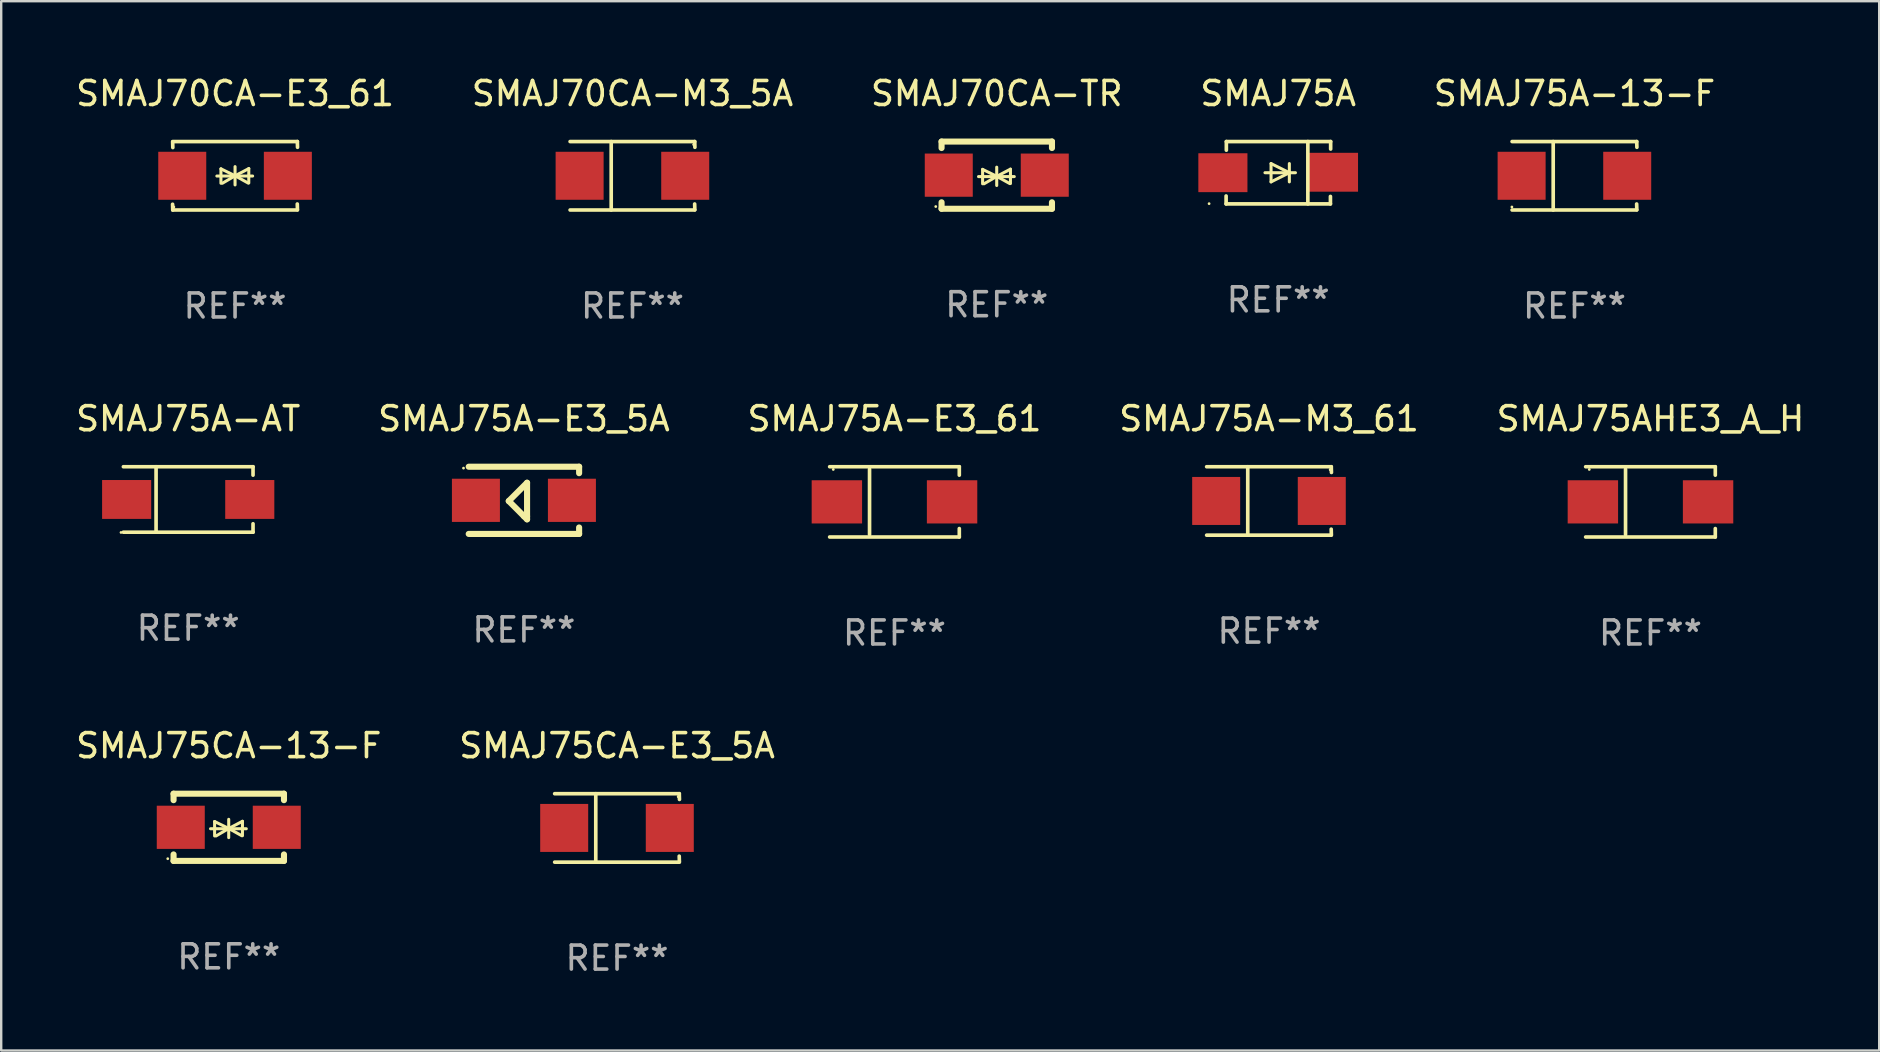
<source format=kicad_pcb>
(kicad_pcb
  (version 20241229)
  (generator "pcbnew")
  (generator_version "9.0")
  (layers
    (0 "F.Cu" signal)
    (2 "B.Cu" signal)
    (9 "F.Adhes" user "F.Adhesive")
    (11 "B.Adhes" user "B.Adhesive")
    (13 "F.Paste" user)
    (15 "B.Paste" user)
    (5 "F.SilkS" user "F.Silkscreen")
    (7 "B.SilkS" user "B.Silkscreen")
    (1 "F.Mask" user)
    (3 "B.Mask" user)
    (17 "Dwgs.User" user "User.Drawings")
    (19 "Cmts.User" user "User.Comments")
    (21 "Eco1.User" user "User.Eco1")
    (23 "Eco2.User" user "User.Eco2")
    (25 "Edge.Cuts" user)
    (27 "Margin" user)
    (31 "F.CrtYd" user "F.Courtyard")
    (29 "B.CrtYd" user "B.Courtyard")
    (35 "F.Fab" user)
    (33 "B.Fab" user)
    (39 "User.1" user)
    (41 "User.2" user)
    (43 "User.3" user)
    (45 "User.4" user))
  (footprint "SMAJ75CA-E3_5A"
    (layer "F.Cu")
    (at 22.661 31.447)
    (property "Reference" "SMAJ75CA-E3_5A" (at 0 -3.426 0) (layer "F.SilkS") (effects (font (size 1 1) (thickness 0.15))))
    (attr through_hole)
    (fp_line (start -2.6 -1.426) (end 2.593 -1.426) (stroke (width 0.152) (type solid)) (layer "F.SilkS"))
    (fp_line (start -2.6 1.426) (end 2.593 1.426) (stroke (width 0.152) (type solid)) (layer "F.SilkS"))
    (fp_line (start -0.887 -1.426) (end -0.887 1.426) (stroke (width 0.152) (type solid)) (layer "F.SilkS"))
    (fp_line (start 2.59 1.176) (end 2.597 1.415) (stroke (width 0.152) (type solid)) (layer "F.SilkS"))
    (fp_line (start 2.593 -1.426) (end 2.6 -1.187) (stroke (width 0.152) (type solid)) (layer "F.SilkS"))
    (fp_circle (center 2.547 -1.3) (end 2.577 -1.3) (stroke (width 0.06) (type solid)) (fill no) (layer "F.SilkS"))
    (fp_text user "REF**" (at 0 5.426 0) (layer "F.Fab") (effects (font (size 1 1) (thickness 0.15))))
    (pad "1" smd rect (at 2.197 -0.000025 180) (size 2 2) (layers "F.Cu" "F.Mask" "F.Paste"))
    (pad "2" smd rect (at -2.203 -0.000025 180) (size 2 2) (layers "F.Cu" "F.Mask" "F.Paste")))
  (footprint "SMAJ70CA-E3_61"
    (layer "F.Cu")
    (at 6.744 4.274)
    (property "Reference" "SMAJ70CA-E3_61" (at 0 -3.426 0) (layer "F.SilkS") (effects (font (size 1 1) (thickness 0.15))))
    (attr through_hole)
    (fp_line (start -2.596 -1.426) (end 2.596 -1.426) (stroke (width 0.152) (type solid)) (layer "F.SilkS"))
    (fp_line (start -2.596 1.426) (end -2.603 1.187) (stroke (width 0.152) (type solid)) (layer "F.SilkS"))
    (fp_line (start -2.596 1.426) (end 2.596 1.426) (stroke (width 0.152) (type solid)) (layer "F.SilkS"))
    (fp_line (start -2.593 -1.176) (end -2.6 -1.415) (stroke (width 0.152) (type solid)) (layer "F.SilkS"))
    (fp_line (start -0.758 0.011) (end 0.732 0.011) (stroke (width 0.127) (type solid)) (layer "F.SilkS"))
    (fp_line (start -0.588 -0.289) (end -0.588 0.311) (stroke (width 0.127) (type solid)) (layer "F.SilkS"))
    (fp_line (start -0.588 -0.289) (end 0 0) (stroke (width 0.127) (type solid)) (layer "F.SilkS"))
    (fp_line (start -0.528 0.311) (end 0 0) (stroke (width 0.127) (type solid)) (layer "F.SilkS"))
    (fp_line (start 0 0) (end 0 -0.381) (stroke (width 0.127) (type solid)) (layer "F.SilkS"))
    (fp_line (start 0 0) (end 0 0.381) (stroke (width 0.127) (type solid)) (layer "F.SilkS"))
    (fp_line (start 0.542 0.301) (end 0 0) (stroke (width 0.127) (type solid)) (layer "F.SilkS"))
    (fp_line (start 0.572 -0.299) (end 0 0) (stroke (width 0.127) (type solid)) (layer "F.SilkS"))
    (fp_line (start 0.572 -0.299) (end 0.572 0.301) (stroke (width 0.127) (type solid)) (layer "F.SilkS"))
    (fp_line (start 2.593 1.176) (end 2.6 1.415) (stroke (width 0.152) (type solid)) (layer "F.SilkS"))
    (fp_line (start 2.596 -1.426) (end 2.603 -1.187) (stroke (width 0.152) (type solid)) (layer "F.SilkS"))
    (fp_circle (center -2.55 1.3) (end -2.52 1.3) (stroke (width 0.06) (type solid)) (fill no) (layer "F.SilkS"))
    (fp_text user "REF**" (at 0 5.426 0) (layer "F.Fab") (effects (font (size 1 1) (thickness 0.15))))
    (pad "1" smd rect (at -2.2 0 180) (size 2 2) (layers "F.Cu" "F.Mask" "F.Paste"))
    (pad "2" smd rect (at 2.2 0 180) (size 2 2) (layers "F.Cu" "F.Mask" "F.Paste")))
  (footprint "SMAJ75CA-13-F"
    (layer "F.Cu")
    (at 6.482 31.421)
    (property "Reference" "SMAJ75CA-13-F" (at 0 -3.4 0) (layer "F.SilkS") (effects (font (size 1 1) (thickness 0.15))))
    (attr through_hole)
    (fp_line (start -2.3 -1.4) (end -2.3 -1.131) (stroke (width 0.254) (type solid)) (layer "F.SilkS"))
    (fp_line (start -2.3 -1.4) (end 2.3 -1.4) (stroke (width 0.254) (type solid)) (layer "F.SilkS"))
    (fp_line (start -2.3 1.131) (end -2.3 1.4) (stroke (width 0.254) (type solid)) (layer "F.SilkS"))
    (fp_line (start -2.3 1.4) (end 2.3 1.4) (stroke (width 0.254) (type solid)) (layer "F.SilkS"))
    (fp_line (start -0.76 0.06) (end 0.73 0.06) (stroke (width 0.127) (type solid)) (layer "F.SilkS"))
    (fp_line (start -0.59 -0.24) (end -0.59 0.36) (stroke (width 0.127) (type solid)) (layer "F.SilkS"))
    (fp_line (start -0.59 -0.24) (end -0.002 0.049) (stroke (width 0.127) (type solid)) (layer "F.SilkS"))
    (fp_line (start -0.53 0.36) (end -0.002 0.049) (stroke (width 0.127) (type solid)) (layer "F.SilkS"))
    (fp_line (start -0.002 0.049) (end -0.002 -0.332) (stroke (width 0.127) (type solid)) (layer "F.SilkS"))
    (fp_line (start -0.002 0.049) (end -0.002 0.43) (stroke (width 0.127) (type solid)) (layer "F.SilkS"))
    (fp_line (start 0.54 0.35) (end -0.002 0.049) (stroke (width 0.127) (type solid)) (layer "F.SilkS"))
    (fp_line (start 0.57 -0.25) (end -0.002 0.049) (stroke (width 0.127) (type solid)) (layer "F.SilkS"))
    (fp_line (start 0.57 -0.25) (end 0.57 0.35) (stroke (width 0.127) (type solid)) (layer "F.SilkS"))
    (fp_line (start 2.3 -1.4) (end 2.3 -1.131) (stroke (width 0.254) (type solid)) (layer "F.SilkS"))
    (fp_line (start 2.3 1.131) (end 2.3 1.4) (stroke (width 0.254) (type solid)) (layer "F.SilkS"))
    (fp_circle (center -2.542 1.308) (end -2.512 1.308) (stroke (width 0.06) (type solid)) (fill no) (layer "F.SilkS"))
    (fp_text user "REF**" (at 0 5.4 0) (layer "F.Fab") (effects (font (size 1 1) (thickness 0.15))))
    (pad "1" smd rect (at -2 0) (size 2 1.8) (layers "F.Cu" "F.Mask" "F.Paste"))
    (pad "2" smd rect (at 2 0) (size 2 1.8) (layers "F.Cu" "F.Mask" "F.Paste")))
  (footprint "SMAJ75A-E3_5A"
    (layer "F.Cu")
    (at 18.78 17.797)
    (property "Reference" "SMAJ75A-E3_5A" (at 0 -3.4 0) (layer "F.SilkS") (effects (font (size 1 1) (thickness 0.15))))
    (attr through_hole)
    (fp_line (start -2.3 -1.4) (end 2.3 -1.4) (stroke (width 0.254) (type solid)) (layer "F.SilkS"))
    (fp_line (start -2.3 1.4) (end 2.3 1.4) (stroke (width 0.254) (type solid)) (layer "F.SilkS"))
    (fp_line (start -0.631 0.03) (end 0.131 -0.732) (stroke (width 0.254) (type solid)) (layer "F.SilkS"))
    (fp_line (start 0.004 0.665) (end -0.631 0.03) (stroke (width 0.254) (type solid)) (layer "F.SilkS"))
    (fp_line (start 0.131 -0.732) (end 0.131 0.665) (stroke (width 0.254) (type solid)) (layer "F.SilkS"))
    (fp_line (start 0.131 0.665) (end 0.131 0.792) (stroke (width 0.254) (type solid)) (layer "F.SilkS"))
    (fp_line (start 0.131 0.792) (end 0.004 0.665) (stroke (width 0.254) (type solid)) (layer "F.SilkS"))
    (fp_line (start 2.3 -1.4) (end 2.3 -1.131) (stroke (width 0.254) (type solid)) (layer "F.SilkS"))
    (fp_line (start 2.3 1.131) (end 2.3 1.4) (stroke (width 0.254) (type solid)) (layer "F.SilkS"))
    (fp_circle (center -2.517 -1.342) (end -2.487 -1.342) (stroke (width 0.06) (type solid)) (fill no) (layer "F.SilkS"))
    (fp_text user "REF**" (at 0 5.4 0) (layer "F.Fab") (effects (font (size 1 1) (thickness 0.15))))
    (pad "1" smd rect (at -2 -0.000127) (size 2 1.8) (layers "F.Cu" "F.Mask" "F.Paste"))
    (pad "2" smd rect (at 2 -0.000127) (size 2 1.8) (layers "F.Cu" "F.Mask" "F.Paste")))
  (footprint "SMAJ75AHE3_A_H"
    (layer "F.Cu")
    (at 65.72 17.861)
    (property "Reference" "SMAJ75AHE3_A_H" (at 0 -3.464 0) (layer "F.SilkS") (effects (font (size 1 1) (thickness 0.15))))
    (attr through_hole)
    (fp_line (start -2.701 -1.464) (end 2.701 -1.464) (stroke (width 0.152) (type solid)) (layer "F.SilkS"))
    (fp_line (start -2.701 1.464) (end 2.701 1.464) (stroke (width 0.152) (type solid)) (layer "F.SilkS"))
    (fp_line (start -1.039 -1.364) (end -1.039 1.364) (stroke (width 0.152) (type solid)) (layer "F.SilkS"))
    (fp_line (start 2.701 -1.464) (end 2.701 -1.113) (stroke (width 0.152) (type solid)) (layer "F.SilkS"))
    (fp_line (start 2.701 1.464) (end 2.701 1.113) (stroke (width 0.152) (type solid)) (layer "F.SilkS"))
    (fp_circle (center -2.55 -1.35) (end -2.52 -1.35) (stroke (width 0.06) (type solid)) (fill no) (layer "F.SilkS"))
    (fp_text user "REF**" (at 0 5.464 0) (layer "F.Fab") (effects (font (size 1 1) (thickness 0.15))))
    (pad "1" smd rect (at -2.4 0) (size 2.1 1.8) (layers "F.Cu" "F.Mask" "F.Paste"))
    (pad "2" smd rect (at 2.4 0) (size 2.1 1.8) (layers "F.Cu" "F.Mask" "F.Paste")))
  (footprint "SMAJ75A-13-F"
    (layer "F.Cu")
    (at 62.554 4.274)
    (property "Reference" "SMAJ75A-13-F" (at 0 -3.426 0) (layer "F.SilkS") (effects (font (size 1 1) (thickness 0.15))))
    (attr through_hole)
    (fp_line (start -2.6 -1.426) (end 2.593 -1.426) (stroke (width 0.152) (type solid)) (layer "F.SilkS"))
    (fp_line (start -2.6 1.426) (end 2.593 1.426) (stroke (width 0.152) (type solid)) (layer "F.SilkS"))
    (fp_line (start -0.887 -1.426) (end -0.887 1.426) (stroke (width 0.152) (type solid)) (layer "F.SilkS"))
    (fp_line (start 2.59 1.176) (end 2.597 1.415) (stroke (width 0.152) (type solid)) (layer "F.SilkS"))
    (fp_line (start 2.593 -1.426) (end 2.6 -1.187) (stroke (width 0.152) (type solid)) (layer "F.SilkS"))
    (fp_circle (center -2.608 1.3) (end -2.578 1.3) (stroke (width 0.06) (type solid)) (fill no) (layer "F.SilkS"))
    (fp_text user "REF**" (at 0 5.426 0) (layer "F.Fab") (effects (font (size 1 1) (thickness 0.15))))
    (pad "1" smd rect (at -2.203 0 180) (size 2 2) (layers "F.Cu" "F.Mask" "F.Paste"))
    (pad "2" smd rect (at 2.197 0 180) (size 2 2) (layers "F.Cu" "F.Mask" "F.Paste")))
  (footprint "SMAJ75A-AT"
    (layer "F.Cu")
    (at 4.792 17.761)
    (property "Reference" "SMAJ75A-AT" (at 0 -3.364 0) (layer "F.SilkS") (effects (font (size 1 1) (thickness 0.15))))
    (attr through_hole)
    (fp_line (start -2.701 -1.364) (end 2.701 -1.364) (stroke (width 0.152) (type solid)) (layer "F.SilkS"))
    (fp_line (start -2.701 1.364) (end 2.701 1.364) (stroke (width 0.152) (type solid)) (layer "F.SilkS"))
    (fp_line (start -1.339 -1.364) (end -1.339 1.364) (stroke (width 0.152) (type solid)) (layer "F.SilkS"))
    (fp_line (start 2.701 -1.364) (end 2.701 -1.013) (stroke (width 0.152) (type solid)) (layer "F.SilkS"))
    (fp_line (start 2.701 1.364) (end 2.701 1.013) (stroke (width 0.152) (type solid)) (layer "F.SilkS"))
    (fp_circle (center -2.8 1.375) (end -2.77 1.375) (stroke (width 0.06) (type solid)) (fill no) (layer "F.SilkS"))
    (fp_text user "REF**" (at 0 5.364 0) (layer "F.Fab") (effects (font (size 1 1) (thickness 0.15))))
    (pad "1" smd rect (at -2.565 -0.000025) (size 2.046 1.62) (layers "F.Cu" "F.Mask" "F.Paste"))
    (pad "2" smd rect (at 2.565 -0.000025) (size 2.046 1.62) (layers "F.Cu" "F.Mask" "F.Paste")))
  (footprint "SMAJ75A-M3_61"
    (layer "F.Cu")
    (at 49.827 17.823)
    (property "Reference" "SMAJ75A-M3_61" (at 0 -3.426 0) (layer "F.SilkS") (effects (font (size 1 1) (thickness 0.15))))
    (attr through_hole)
    (fp_line (start -2.6 -1.426) (end 2.593 -1.426) (stroke (width 0.152) (type solid)) (layer "F.SilkS"))
    (fp_line (start -2.6 1.426) (end 2.593 1.426) (stroke (width 0.152) (type solid)) (layer "F.SilkS"))
    (fp_line (start -0.887 -1.426) (end -0.887 1.426) (stroke (width 0.152) (type solid)) (layer "F.SilkS"))
    (fp_line (start 2.59 1.176) (end 2.597 1.415) (stroke (width 0.152) (type solid)) (layer "F.SilkS"))
    (fp_line (start 2.593 -1.426) (end 2.6 -1.187) (stroke (width 0.152) (type solid)) (layer "F.SilkS"))
    (fp_circle (center 2.547 -1.3) (end 2.577 -1.3) (stroke (width 0.06) (type solid)) (fill no) (layer "F.SilkS"))
    (fp_text user "REF**" (at 0 5.426 0) (layer "F.Fab") (effects (font (size 1 1) (thickness 0.15))))
    (pad "1" smd rect (at 2.197 -0.000025 180) (size 2 2) (layers "F.Cu" "F.Mask" "F.Paste"))
    (pad "2" smd rect (at -2.203 -0.000025 180) (size 2 2) (layers "F.Cu" "F.Mask" "F.Paste")))
  (footprint "SMAJ75A-E3_61"
    (layer "F.Cu")
    (at 34.22 17.861)
    (property "Reference" "SMAJ75A-E3_61" (at 0 -3.464 0) (layer "F.SilkS") (effects (font (size 1 1) (thickness 0.15))))
    (attr through_hole)
    (fp_line (start -2.701 -1.464) (end 2.701 -1.464) (stroke (width 0.152) (type solid)) (layer "F.SilkS"))
    (fp_line (start -2.701 1.464) (end 2.701 1.464) (stroke (width 0.152) (type solid)) (layer "F.SilkS"))
    (fp_line (start -1.039 -1.364) (end -1.039 1.364) (stroke (width 0.152) (type solid)) (layer "F.SilkS"))
    (fp_line (start 2.701 -1.464) (end 2.701 -1.113) (stroke (width 0.152) (type solid)) (layer "F.SilkS"))
    (fp_line (start 2.701 1.464) (end 2.701 1.113) (stroke (width 0.152) (type solid)) (layer "F.SilkS"))
    (fp_circle (center -2.55 -1.35) (end -2.52 -1.35) (stroke (width 0.06) (type solid)) (fill no) (layer "F.SilkS"))
    (fp_text user "REF**" (at 0 5.464 0) (layer "F.Fab") (effects (font (size 1 1) (thickness 0.15))))
    (pad "1" smd rect (at -2.4 0) (size 2.1 1.8) (layers "F.Cu" "F.Mask" "F.Paste"))
    (pad "2" smd rect (at 2.4 0) (size 2.1 1.8) (layers "F.Cu" "F.Mask" "F.Paste")))
  (footprint "SMAJ70CA-M3_5A"
    (layer "F.Cu")
    (at 23.304 4.274)
    (property "Reference" "SMAJ70CA-M3_5A" (at 0 -3.426 0) (layer "F.SilkS") (effects (font (size 1 1) (thickness 0.15))))
    (attr through_hole)
    (fp_line (start -2.6 -1.426) (end 2.593 -1.426) (stroke (width 0.152) (type solid)) (layer "F.SilkS"))
    (fp_line (start -2.6 1.426) (end 2.593 1.426) (stroke (width 0.152) (type solid)) (layer "F.SilkS"))
    (fp_line (start -0.887 -1.426) (end -0.887 1.426) (stroke (width 0.152) (type solid)) (layer "F.SilkS"))
    (fp_line (start 2.59 1.176) (end 2.597 1.415) (stroke (width 0.152) (type solid)) (layer "F.SilkS"))
    (fp_line (start 2.593 -1.426) (end 2.6 -1.187) (stroke (width 0.152) (type solid)) (layer "F.SilkS"))
    (fp_circle (center 2.547 -1.3) (end 2.577 -1.3) (stroke (width 0.06) (type solid)) (fill no) (layer "F.SilkS"))
    (fp_text user "REF**" (at 0 5.426 0) (layer "F.Fab") (effects (font (size 1 1) (thickness 0.15))))
    (pad "1" smd rect (at 2.197 -0.000025 180) (size 2 2) (layers "F.Cu" "F.Mask" "F.Paste"))
    (pad "2" smd rect (at -2.203 -0.000025 180) (size 2 2) (layers "F.Cu" "F.Mask" "F.Paste")))
  (footprint "SMAJ70CA-TR"
    (layer "F.Cu")
    (at 38.482 4.248)
    (property "Reference" "SMAJ70CA-TR" (at 0 -3.4 0) (layer "F.SilkS") (effects (font (size 1 1) (thickness 0.15))))
    (attr through_hole)
    (fp_line (start -2.3 -1.4) (end -2.3 -1.131) (stroke (width 0.254) (type solid)) (layer "F.SilkS"))
    (fp_line (start -2.3 -1.4) (end 2.3 -1.4) (stroke (width 0.254) (type solid)) (layer "F.SilkS"))
    (fp_line (start -2.3 1.131) (end -2.3 1.4) (stroke (width 0.254) (type solid)) (layer "F.SilkS"))
    (fp_line (start -2.3 1.4) (end 2.3 1.4) (stroke (width 0.254) (type solid)) (layer "F.SilkS"))
    (fp_line (start -0.76 0.06) (end 0.73 0.06) (stroke (width 0.127) (type solid)) (layer "F.SilkS"))
    (fp_line (start -0.59 -0.24) (end -0.59 0.36) (stroke (width 0.127) (type solid)) (layer "F.SilkS"))
    (fp_line (start -0.59 -0.24) (end -0.002 0.049) (stroke (width 0.127) (type solid)) (layer "F.SilkS"))
    (fp_line (start -0.53 0.36) (end -0.002 0.049) (stroke (width 0.127) (type solid)) (layer "F.SilkS"))
    (fp_line (start -0.002 0.049) (end -0.002 -0.332) (stroke (width 0.127) (type solid)) (layer "F.SilkS"))
    (fp_line (start -0.002 0.049) (end -0.002 0.43) (stroke (width 0.127) (type solid)) (layer "F.SilkS"))
    (fp_line (start 0.54 0.35) (end -0.002 0.049) (stroke (width 0.127) (type solid)) (layer "F.SilkS"))
    (fp_line (start 0.57 -0.25) (end -0.002 0.049) (stroke (width 0.127) (type solid)) (layer "F.SilkS"))
    (fp_line (start 0.57 -0.25) (end 0.57 0.35) (stroke (width 0.127) (type solid)) (layer "F.SilkS"))
    (fp_line (start 2.3 -1.4) (end 2.3 -1.131) (stroke (width 0.254) (type solid)) (layer "F.SilkS"))
    (fp_line (start 2.3 1.131) (end 2.3 1.4) (stroke (width 0.254) (type solid)) (layer "F.SilkS"))
    (fp_circle (center -2.542 1.308) (end -2.512 1.308) (stroke (width 0.06) (type solid)) (fill no) (layer "F.SilkS"))
    (fp_text user "REF**" (at 0 5.4 0) (layer "F.Fab") (effects (font (size 1 1) (thickness 0.15))))
    (pad "1" smd rect (at -2 0) (size 2 1.8) (layers "F.Cu" "F.Mask" "F.Paste"))
    (pad "2" smd rect (at 2 0) (size 2 1.8) (layers "F.Cu" "F.Mask" "F.Paste")))
  (footprint "SMAJ75A"
    (layer "F.Cu")
    (at 50.208 4.147)
    (property "Reference" "SMAJ75A" (at 0 -3.299 0) (layer "F.SilkS") (effects (font (size 1 1) (thickness 0.15))))
    (attr through_hole)
    (fp_line (start -2.17 0.969) (end -2.17 1.299) (stroke (width 0.152) (type solid)) (layer "F.SilkS"))
    (fp_line (start -2.17 1.299) (end 2.177 1.299) (stroke (width 0.152) (type solid)) (layer "F.SilkS"))
    (fp_line (start -2.16 -1.299) (end 2.186 -1.299) (stroke (width 0.152) (type solid)) (layer "F.SilkS"))
    (fp_line (start -2.16 -0.94) (end -2.16 -1.299) (stroke (width 0.152) (type solid)) (layer "F.SilkS"))
    (fp_line (start -0.551 -0.000483) (end 0.719 -0.000483) (stroke (width 0.127) (type solid)) (layer "F.SilkS"))
    (fp_line (start -0.297 -0.381) (end 0.465 -0.000483) (stroke (width 0.127) (type solid)) (layer "F.SilkS"))
    (fp_line (start -0.297 -0.000483) (end -0.297 -0.381) (stroke (width 0.127) (type solid)) (layer "F.SilkS"))
    (fp_line (start -0.297 -0.000483) (end -0.297 0.381) (stroke (width 0.127) (type solid)) (layer "F.SilkS"))
    (fp_line (start -0.297 0.381) (end 0.465 -0.000483) (stroke (width 0.127) (type solid)) (layer "F.SilkS"))
    (fp_line (start 0.465 -0.000483) (end 0.465 -0.381) (stroke (width 0.127) (type solid)) (layer "F.SilkS"))
    (fp_line (start 0.465 -0.000483) (end 0.465 0.381) (stroke (width 0.127) (type solid)) (layer "F.SilkS"))
    (fp_line (start 1.236 -1.299) (end 1.236 1.299) (stroke (width 0.152) (type solid)) (layer "F.SilkS"))
    (fp_line (start 2.177 1.299) (end 2.177 0.988) (stroke (width 0.152) (type solid)) (layer "F.SilkS"))
    (fp_line (start 2.186 -1.299) (end 2.186 -0.987) (stroke (width 0.152) (type solid)) (layer "F.SilkS"))
    (fp_circle (center -2.879 1.289) (end -2.849 1.289) (stroke (width 0.06) (type solid)) (fill no) (layer "F.SilkS"))
    (fp_text user "REF**" (at 0 5.299 0) (layer "F.Fab") (effects (font (size 1 1) (thickness 0.15))))
    (pad "1" smd rect (at -2.304 -0.001) (size 2.046 1.62) (layers "F.Cu" "F.Mask" "F.Paste"))
    (pad "2" smd rect (at 2.304 -0.02 180) (size 2.046 1.62) (layers "F.Cu" "F.Mask" "F.Paste")))
  (gr_rect
    (start -3 -3)
    (end 75.25 40.722)
    (stroke (width 0.1) (type default))
    (fill no)
    (layer "Edge.Cuts")))
</source>
